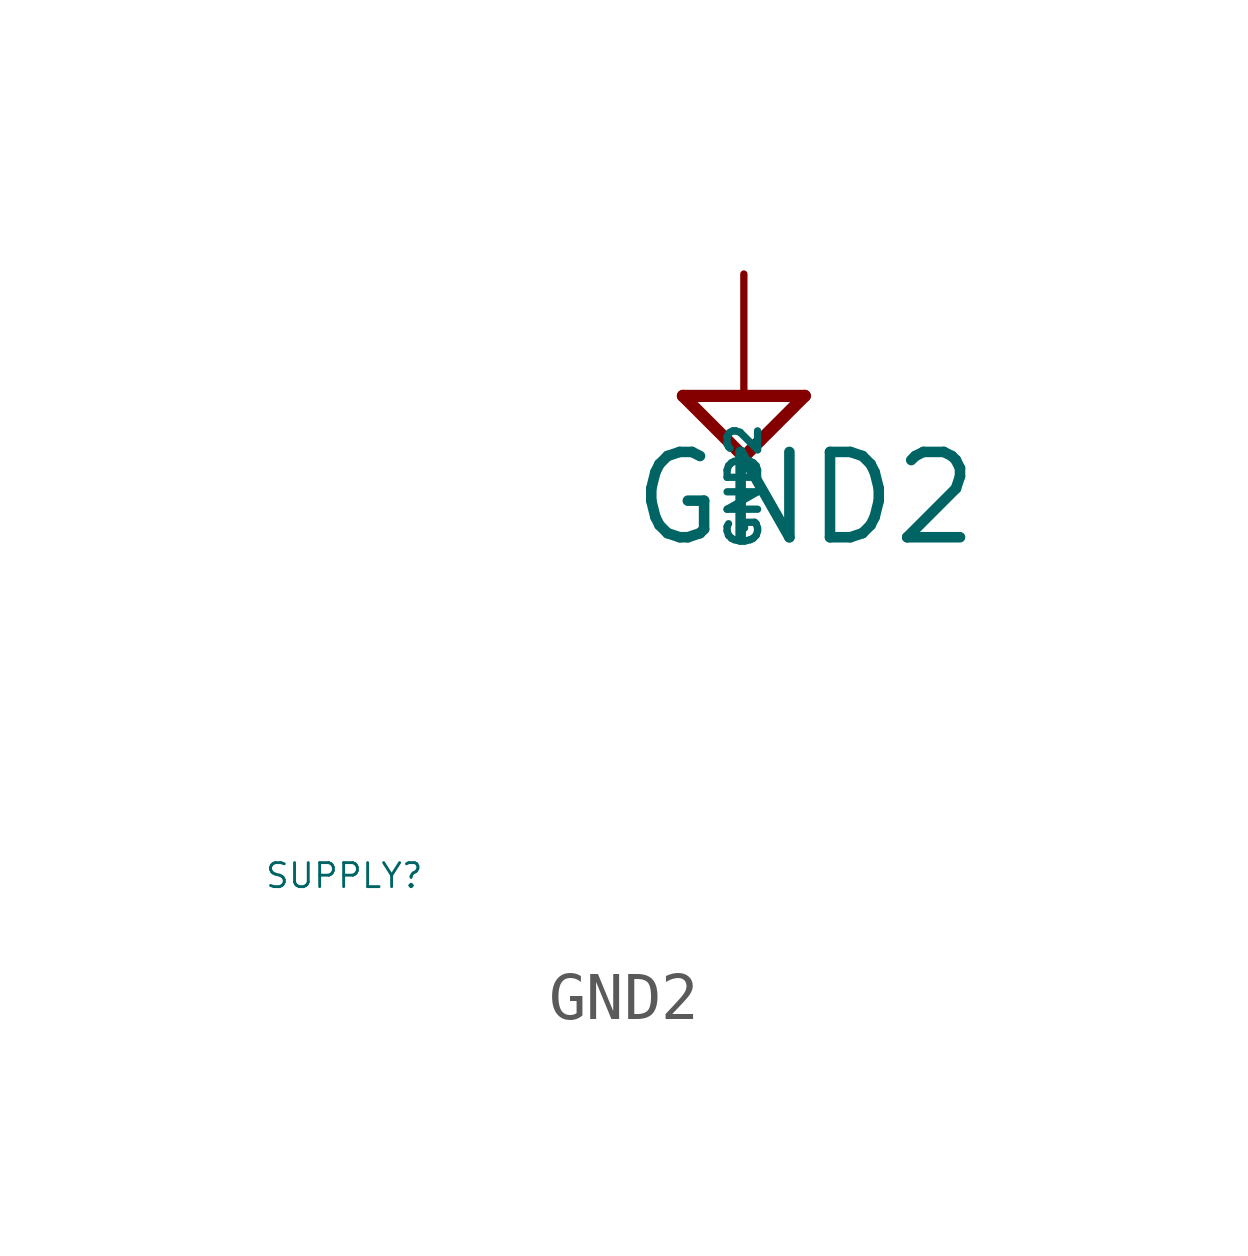
<source format=kicad_sym>
(kicad_symbol_lib
  (version 20220914)
  (generator Eagle2Kicad)
  (symbol "GND2"
    (property "Reference" "SUPPLY"
      (at -10 -10 0)
      (effects (font (size 0.5 0.5) (thickness 0.06)) (justify left)))
    (property "Value" "GND2"
      (at -2.413 -3.175 0)
      (effects (font (size 1.778 1.778) (thickness 0.22)) (justify left bottom)))
    (polyline
      (pts (xy -1.27 0) (xy 1.27 0))
      (stroke (width 0.254) (type default))
      (fill (type none)))
    (polyline
      (pts (xy 1.27 0) (xy 0 -1.27))
      (stroke (width 0.254) (type default))
      (fill (type none)))
    (polyline
      (pts (xy 0 -1.27) (xy -1.27 0))
      (stroke (width 0.254) (type default))
      (fill (type none)))
    (pin unspecified line
      (at 0 2.54 270)
      (length 2.54)
      (name "GND2" (effects (font (size 0.635 0.635) (thickness 0.08)) (justify left bottom)))
      (number "" (effects (font (size 0.635 0.635) (thickness 0.08)) (justify left bottom))))))
</source>
